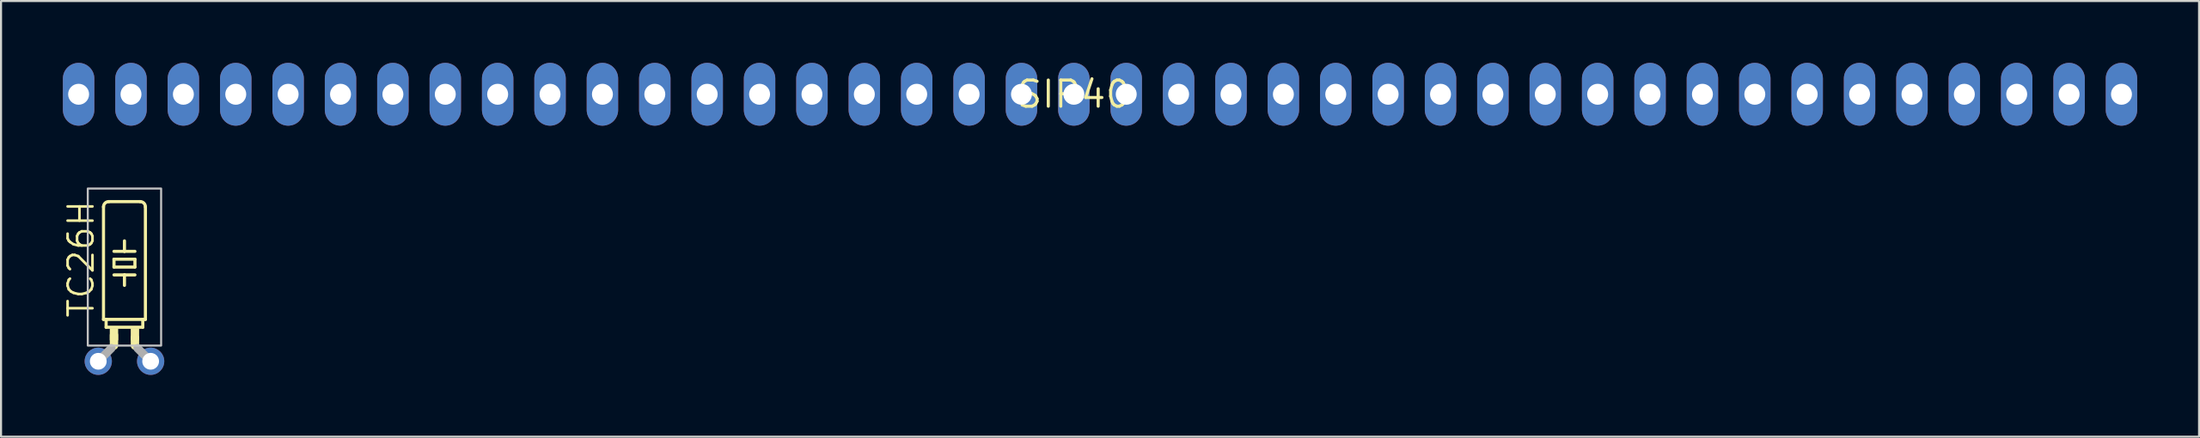
<source format=kicad_pcb>
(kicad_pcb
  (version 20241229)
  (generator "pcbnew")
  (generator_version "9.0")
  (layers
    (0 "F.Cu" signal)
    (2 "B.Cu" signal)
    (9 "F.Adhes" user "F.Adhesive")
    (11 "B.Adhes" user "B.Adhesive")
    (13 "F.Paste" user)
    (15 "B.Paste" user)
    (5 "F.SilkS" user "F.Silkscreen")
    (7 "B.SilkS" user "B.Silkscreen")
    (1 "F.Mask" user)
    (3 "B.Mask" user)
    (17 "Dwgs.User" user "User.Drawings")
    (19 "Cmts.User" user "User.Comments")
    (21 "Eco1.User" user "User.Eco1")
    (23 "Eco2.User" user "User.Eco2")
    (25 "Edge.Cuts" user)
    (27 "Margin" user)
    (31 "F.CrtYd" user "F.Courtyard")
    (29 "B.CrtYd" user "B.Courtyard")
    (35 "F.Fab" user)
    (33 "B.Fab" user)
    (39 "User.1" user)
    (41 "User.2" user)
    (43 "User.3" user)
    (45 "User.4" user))
  (footprint "SIP40"
    (layer "F.Cu")
    (at 49.022 1.524)
    (property "Reference" "SIP40" (at 0 0 0) (layer "F.SilkS") (effects (font (size 1.27 1.27) (thickness 0.15))))
    (attr through_hole)
    (pad "1" thru_hole oval (at -48.26 0 90) (size 3.048 1.524) (drill 1.016) (layers "*.Cu" "*.Mask"))
    (pad "2" thru_hole oval (at -45.72 0 90) (size 3.048 1.524) (drill 1.016) (layers "*.Cu" "*.Mask"))
    (pad "3" thru_hole oval (at -43.18 0 90) (size 3.048 1.524) (drill 1.016) (layers "*.Cu" "*.Mask"))
    (pad "4" thru_hole oval (at -40.64 0 90) (size 3.048 1.524) (drill 1.016) (layers "*.Cu" "*.Mask"))
    (pad "5" thru_hole oval (at -38.1 0 90) (size 3.048 1.524) (drill 1.016) (layers "*.Cu" "*.Mask"))
    (pad "6" thru_hole oval (at -35.56 0 90) (size 3.048 1.524) (drill 1.016) (layers "*.Cu" "*.Mask"))
    (pad "7" thru_hole oval (at -33.02 0 90) (size 3.048 1.524) (drill 1.016) (layers "*.Cu" "*.Mask"))
    (pad "8" thru_hole oval (at -30.48 0 90) (size 3.048 1.524) (drill 1.016) (layers "*.Cu" "*.Mask"))
    (pad "9" thru_hole oval (at -27.94 0 90) (size 3.048 1.524) (drill 1.016) (layers "*.Cu" "*.Mask"))
    (pad "10" thru_hole oval (at -25.4 0 90) (size 3.048 1.524) (drill 1.016) (layers "*.Cu" "*.Mask"))
    (pad "11" thru_hole oval (at -22.86 0 90) (size 3.048 1.524) (drill 1.016) (layers "*.Cu" "*.Mask"))
    (pad "12" thru_hole oval (at -20.32 0 90) (size 3.048 1.524) (drill 1.016) (layers "*.Cu" "*.Mask"))
    (pad "13" thru_hole oval (at -17.78 0 90) (size 3.048 1.524) (drill 1.016) (layers "*.Cu" "*.Mask"))
    (pad "14" thru_hole oval (at -15.24 0 90) (size 3.048 1.524) (drill 1.016) (layers "*.Cu" "*.Mask"))
    (pad "15" thru_hole oval (at -12.7 0 90) (size 3.048 1.524) (drill 1.016) (layers "*.Cu" "*.Mask"))
    (pad "16" thru_hole oval (at -10.16 0 90) (size 3.048 1.524) (drill 1.016) (layers "*.Cu" "*.Mask"))
    (pad "17" thru_hole oval (at -7.62 0 90) (size 3.048 1.524) (drill 1.016) (layers "*.Cu" "*.Mask"))
    (pad "18" thru_hole oval (at -5.08 0 90) (size 3.048 1.524) (drill 1.016) (layers "*.Cu" "*.Mask"))
    (pad "19" thru_hole oval (at -2.54 0 90) (size 3.048 1.524) (drill 1.016) (layers "*.Cu" "*.Mask"))
    (pad "20" thru_hole oval (at 0 0 90) (size 3.048 1.524) (drill 1.016) (layers "*.Cu" "*.Mask"))
    (pad "21" thru_hole oval (at 2.54 0 90) (size 3.048 1.524) (drill 1.016) (layers "*.Cu" "*.Mask"))
    (pad "22" thru_hole oval (at 5.08 0 90) (size 3.048 1.524) (drill 1.016) (layers "*.Cu" "*.Mask"))
    (pad "23" thru_hole oval (at 7.62 0 90) (size 3.048 1.524) (drill 1.016) (layers "*.Cu" "*.Mask"))
    (pad "24" thru_hole oval (at 10.16 0 90) (size 3.048 1.524) (drill 1.016) (layers "*.Cu" "*.Mask"))
    (pad "25" thru_hole oval (at 12.7 0 90) (size 3.048 1.524) (drill 1.016) (layers "*.Cu" "*.Mask"))
    (pad "26" thru_hole oval (at 15.24 0 90) (size 3.048 1.524) (drill 1.016) (layers "*.Cu" "*.Mask"))
    (pad "27" thru_hole oval (at 17.78 0 90) (size 3.048 1.524) (drill 1.016) (layers "*.Cu" "*.Mask"))
    (pad "28" thru_hole oval (at 20.32 0 90) (size 3.048 1.524) (drill 1.016) (layers "*.Cu" "*.Mask"))
    (pad "29" thru_hole oval (at 22.86 0 90) (size 3.048 1.524) (drill 1.016) (layers "*.Cu" "*.Mask"))
    (pad "30" thru_hole oval (at 25.4 0 90) (size 3.048 1.524) (drill 1.016) (layers "*.Cu" "*.Mask"))
    (pad "31" thru_hole oval (at 27.94 0 90) (size 3.048 1.524) (drill 1.016) (layers "*.Cu" "*.Mask"))
    (pad "32" thru_hole oval (at 30.48 0 90) (size 3.048 1.524) (drill 1.016) (layers "*.Cu" "*.Mask"))
    (pad "33" thru_hole oval (at 33.02 0 90) (size 3.048 1.524) (drill 1.016) (layers "*.Cu" "*.Mask"))
    (pad "34" thru_hole oval (at 35.56 0 90) (size 3.048 1.524) (drill 1.016) (layers "*.Cu" "*.Mask"))
    (pad "35" thru_hole oval (at 38.1 0 90) (size 3.048 1.524) (drill 1.016) (layers "*.Cu" "*.Mask"))
    (pad "36" thru_hole oval (at 40.64 0 90) (size 3.048 1.524) (drill 1.016) (layers "*.Cu" "*.Mask"))
    (pad "37" thru_hole oval (at 43.18 0 90) (size 3.048 1.524) (drill 1.016) (layers "*.Cu" "*.Mask"))
    (pad "38" thru_hole oval (at 45.72 0 90) (size 3.048 1.524) (drill 1.016) (layers "*.Cu" "*.Mask"))
    (pad "39" thru_hole oval (at 48.26 0 90) (size 3.048 1.524) (drill 1.016) (layers "*.Cu" "*.Mask"))
    (pad "40" thru_hole oval (at 50.8 0 90) (size 3.048 1.524) (drill 1.016) (layers "*.Cu" "*.Mask")))
  (footprint "TC26H"
    (layer "F.Cu")
    (at 2.985 14.48)
    (property "Reference" "TC26H" (at -1.397 -2.032 90) (layer "F.SilkS") (effects (font (size 1.206 1.206) (thickness 0.127)) (justify left bottom)))
    (attr through_hole)
    (fp_line (start -1.016 -2.032) (end -1.016 -7.493) (stroke (width 0.152) (type solid)) (layer "F.SilkS"))
    (fp_line (start -1.016 -2.032) (end -0.889 -2.032) (stroke (width 0.152) (type solid)) (layer "F.SilkS"))
    (fp_line (start -0.889 -1.651) (end -0.889 -2.032) (stroke (width 0.152) (type solid)) (layer "F.SilkS"))
    (fp_line (start -0.889 -1.651) (end 0.889 -1.651) (stroke (width 0.152) (type solid)) (layer "F.SilkS"))
    (fp_line (start -0.762 -7.747) (end 0.762 -7.747) (stroke (width 0.152) (type solid)) (layer "F.SilkS"))
    (fp_line (start -0.508 -5.334) (end 0 -5.334) (stroke (width 0.152) (type solid)) (layer "F.SilkS"))
    (fp_line (start -0.508 -4.953) (end -0.508 -4.572) (stroke (width 0.152) (type solid)) (layer "F.SilkS"))
    (fp_line (start -0.508 -4.953) (end 0.508 -4.953) (stroke (width 0.152) (type solid)) (layer "F.SilkS"))
    (fp_line (start -0.508 -4.191) (end 0 -4.191) (stroke (width 0.152) (type solid)) (layer "F.SilkS"))
    (fp_line (start -0.508 -0.762) (end -0.508 -1.27) (stroke (width 0.406) (type solid)) (layer "F.SilkS"))
    (fp_line (start 0 -5.334) (end 0 -5.842) (stroke (width 0.152) (type solid)) (layer "F.SilkS"))
    (fp_line (start 0 -5.334) (end 0.508 -5.334) (stroke (width 0.152) (type solid)) (layer "F.SilkS"))
    (fp_line (start 0 -4.191) (end 0 -3.683) (stroke (width 0.152) (type solid)) (layer "F.SilkS"))
    (fp_line (start 0 -4.191) (end 0.508 -4.191) (stroke (width 0.152) (type solid)) (layer "F.SilkS"))
    (fp_line (start 0.508 -4.572) (end -0.508 -4.572) (stroke (width 0.152) (type solid)) (layer "F.SilkS"))
    (fp_line (start 0.508 -4.572) (end 0.508 -4.953) (stroke (width 0.152) (type solid)) (layer "F.SilkS"))
    (fp_line (start 0.508 -0.762) (end 0.508 -1.143) (stroke (width 0.406) (type solid)) (layer "F.SilkS"))
    (fp_line (start 0.889 -2.032) (end -0.889 -2.032) (stroke (width 0.152) (type solid)) (layer "F.SilkS"))
    (fp_line (start 0.889 -1.651) (end 0.889 -2.032) (stroke (width 0.152) (type solid)) (layer "F.SilkS"))
    (fp_line (start 1.016 -2.032) (end 0.889 -2.032) (stroke (width 0.152) (type solid)) (layer "F.SilkS"))
    (fp_line (start 1.016 -2.032) (end 1.016 -7.493) (stroke (width 0.152) (type solid)) (layer "F.SilkS"))
    (fp_arc (start -1.016 -7.493) (mid -0.941605 -7.672605) (end -0.762 -7.747) (stroke (width 0.1524) (type solid)) (layer "F.SilkS"))
    (fp_arc (start 0.762 -7.747) (mid 0.941605 -7.672605) (end 1.016 -7.493) (stroke (width 0.1524) (type solid)) (layer "F.SilkS"))
    (fp_poly (pts (xy -0.711 -1.016) (xy -0.305 -1.016) (xy -0.305 -1.6) (xy -0.711 -1.6)) (stroke (width 0) (type solid)) (fill yes) (layer "F.SilkS"))
    (fp_poly (pts (xy 0.305 -1.016) (xy 0.711 -1.016) (xy 0.711 -1.6) (xy 0.305 -1.6)) (stroke (width 0) (type solid)) (fill yes) (layer "F.SilkS"))
    (fp_poly (pts (xy -1.778 -0.762) (xy 1.778 -0.762) (xy 1.778 -8.382) (xy -1.778 -8.382)) (stroke (width 0.1) (type solid)) (fill no) (layer "Dwgs.User"))
    (fp_line (start -0.635 -0.635) (end -1.27 0) (stroke (width 0.406) (type solid)) (layer "F.Fab"))
    (fp_line (start 0.635 -0.635) (end 1.27 0) (stroke (width 0.406) (type solid)) (layer "F.Fab"))
    (pad "1" thru_hole circle (at -1.27 0) (size 1.321 1.321) (drill 0.813) (layers "*.Cu" "*.Mask"))
    (pad "2" thru_hole circle (at 1.27 0) (size 1.321 1.321) (drill 0.813) (layers "*.Cu" "*.Mask")))
  (gr_rect
    (start -3 -3)
    (end 103.584 18.14)
    (stroke (width 0.1) (type default))
    (fill no)
    (layer "Edge.Cuts")))
</source>
